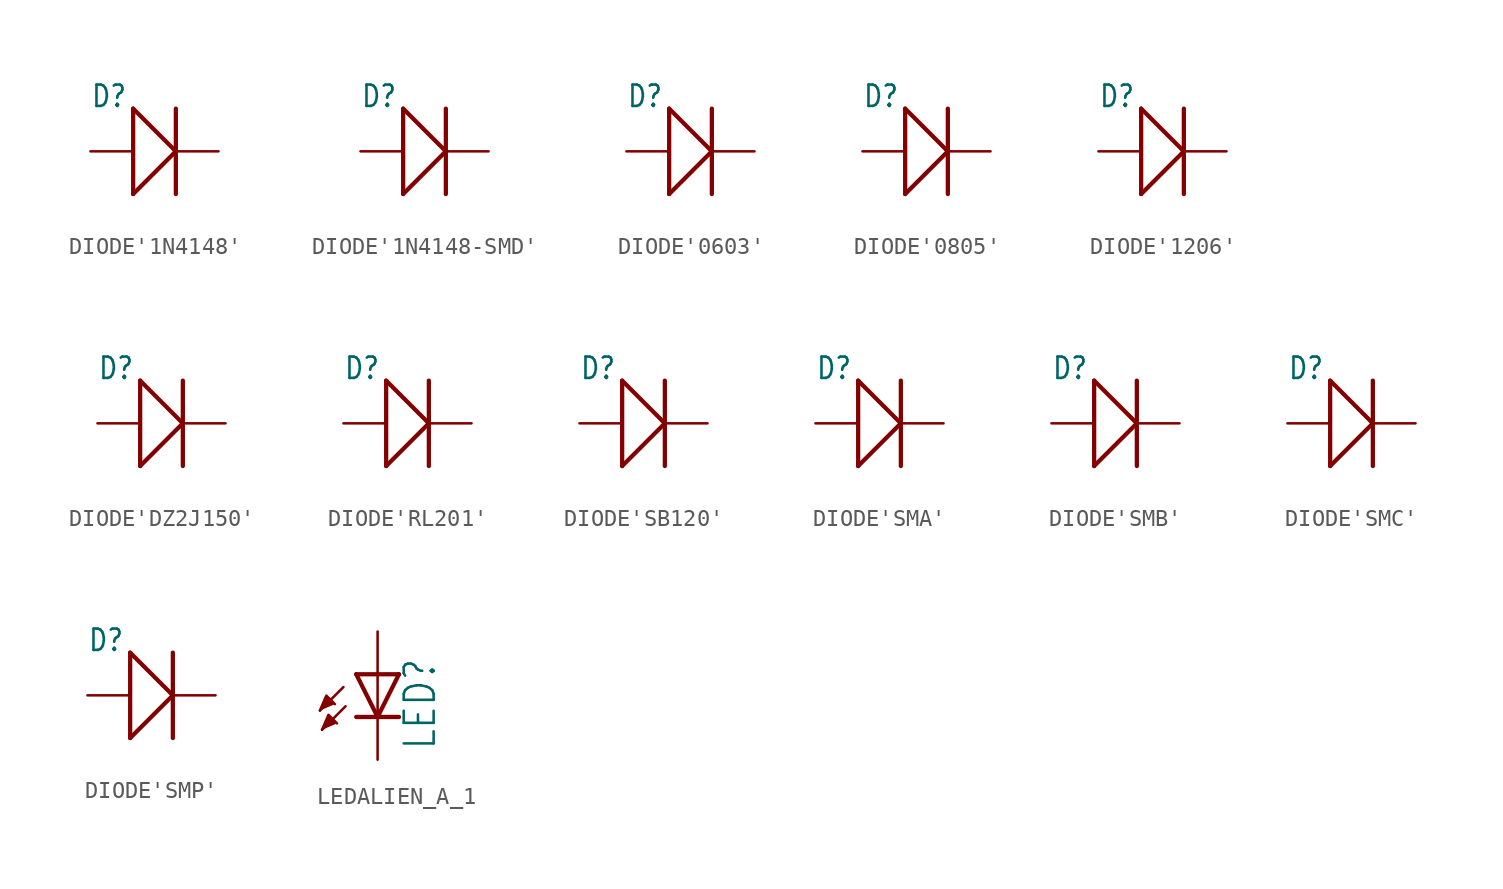
<source format=kicad_sym>
(kicad_symbol_lib
  (version 20231120)
  (generator "kicad_symbol_editor")
  (generator_version "8.0")
  (symbol "DIODE'1N4148'"
    (property "Reference" "D"
      (at -3.81 2.54 0)
      (effects (font (size 1.27 1.079)) (justify left bottom)))
    (property "Value" ""
      (at -3.81 -3.81 0)
      (effects (font (size 1.27 1.079)) (justify left bottom)))
    (property "ki_locked" ""
      (at 0 0 0)
      (effects (font (size 1.27 1.27))))
    (symbol "DIODE'1N4148'_1_0"
      (polyline (pts (xy -1.27 -2.54) (xy -1.27 2.54)) (stroke (width 0.254) (type solid)) (fill (type none)))
      (polyline (pts (xy -1.27 -2.54) (xy 1.27 0)) (stroke (width 0.254) (type solid)) (fill (type none)))
      (polyline (pts (xy -1.27 2.54) (xy 1.27 0)) (stroke (width 0.254) (type solid)) (fill (type none)))
      (polyline (pts (xy 1.27 2.54) (xy 1.27 -2.54)) (stroke (width 0.254) (type solid)) (fill (type none)))
      (pin passive line (at -3.81 0 0) (length 2.54) (name "+" (effects (font (size 0 0)))) (number "A" (effects (font (size 0 0)))))
      (pin passive line (at 3.81 0 180) (length 2.54) (name "-" (effects (font (size 0 0)))) (number "C" (effects (font (size 0 0)))))))
  (symbol "DIODE'1N4148-SMD'"
    (property "Reference" "D"
      (at -3.81 2.54 0)
      (effects (font (size 1.27 1.079)) (justify left bottom)))
    (property "Value" ""
      (at -3.81 -3.81 0)
      (effects (font (size 1.27 1.079)) (justify left bottom)))
    (property "ki_locked" ""
      (at 0 0 0)
      (effects (font (size 1.27 1.27))))
    (symbol "DIODE'1N4148-SMD'_1_0"
      (polyline (pts (xy -1.27 -2.54) (xy -1.27 2.54)) (stroke (width 0.254) (type solid)) (fill (type none)))
      (polyline (pts (xy -1.27 -2.54) (xy 1.27 0)) (stroke (width 0.254) (type solid)) (fill (type none)))
      (polyline (pts (xy -1.27 2.54) (xy 1.27 0)) (stroke (width 0.254) (type solid)) (fill (type none)))
      (polyline (pts (xy 1.27 2.54) (xy 1.27 -2.54)) (stroke (width 0.254) (type solid)) (fill (type none)))
      (pin passive line (at -3.81 0 0) (length 2.54) (name "+" (effects (font (size 0 0)))) (number "A" (effects (font (size 0 0)))))
      (pin passive line (at 3.81 0 180) (length 2.54) (name "-" (effects (font (size 0 0)))) (number "C" (effects (font (size 0 0)))))))
  (symbol "DIODE'0603'"
    (property "Reference" "D"
      (at -3.81 2.54 0)
      (effects (font (size 1.27 1.079)) (justify left bottom)))
    (property "Value" ""
      (at -3.81 -3.81 0)
      (effects (font (size 1.27 1.079)) (justify left bottom)))
    (property "ki_locked" ""
      (at 0 0 0)
      (effects (font (size 1.27 1.27))))
    (symbol "DIODE'0603'_1_0"
      (polyline (pts (xy -1.27 -2.54) (xy -1.27 2.54)) (stroke (width 0.254) (type solid)) (fill (type none)))
      (polyline (pts (xy -1.27 -2.54) (xy 1.27 0)) (stroke (width 0.254) (type solid)) (fill (type none)))
      (polyline (pts (xy -1.27 2.54) (xy 1.27 0)) (stroke (width 0.254) (type solid)) (fill (type none)))
      (polyline (pts (xy 1.27 2.54) (xy 1.27 -2.54)) (stroke (width 0.254) (type solid)) (fill (type none)))
      (pin passive line (at -3.81 0 0) (length 2.54) (name "+" (effects (font (size 0 0)))) (number "+" (effects (font (size 0 0)))))
      (pin passive line (at 3.81 0 180) (length 2.54) (name "-" (effects (font (size 0 0)))) (number "-" (effects (font (size 0 0)))))))
  (symbol "DIODE'0805'"
    (property "Reference" "D"
      (at -3.81 2.54 0)
      (effects (font (size 1.27 1.079)) (justify left bottom)))
    (property "Value" ""
      (at -3.81 -3.81 0)
      (effects (font (size 1.27 1.079)) (justify left bottom)))
    (property "ki_locked" ""
      (at 0 0 0)
      (effects (font (size 1.27 1.27))))
    (symbol "DIODE'0805'_1_0"
      (polyline (pts (xy -1.27 -2.54) (xy -1.27 2.54)) (stroke (width 0.254) (type solid)) (fill (type none)))
      (polyline (pts (xy -1.27 -2.54) (xy 1.27 0)) (stroke (width 0.254) (type solid)) (fill (type none)))
      (polyline (pts (xy -1.27 2.54) (xy 1.27 0)) (stroke (width 0.254) (type solid)) (fill (type none)))
      (polyline (pts (xy 1.27 2.54) (xy 1.27 -2.54)) (stroke (width 0.254) (type solid)) (fill (type none)))
      (pin passive line (at -3.81 0 0) (length 2.54) (name "+" (effects (font (size 0 0)))) (number "+" (effects (font (size 0 0)))))
      (pin passive line (at 3.81 0 180) (length 2.54) (name "-" (effects (font (size 0 0)))) (number "-" (effects (font (size 0 0)))))))
  (symbol "DIODE'1206'"
    (property "Reference" "D"
      (at -3.81 2.54 0)
      (effects (font (size 1.27 1.079)) (justify left bottom)))
    (property "Value" ""
      (at -3.81 -3.81 0)
      (effects (font (size 1.27 1.079)) (justify left bottom)))
    (property "ki_locked" ""
      (at 0 0 0)
      (effects (font (size 1.27 1.27))))
    (symbol "DIODE'1206'_1_0"
      (polyline (pts (xy -1.27 -2.54) (xy -1.27 2.54)) (stroke (width 0.254) (type solid)) (fill (type none)))
      (polyline (pts (xy -1.27 -2.54) (xy 1.27 0)) (stroke (width 0.254) (type solid)) (fill (type none)))
      (polyline (pts (xy -1.27 2.54) (xy 1.27 0)) (stroke (width 0.254) (type solid)) (fill (type none)))
      (polyline (pts (xy 1.27 2.54) (xy 1.27 -2.54)) (stroke (width 0.254) (type solid)) (fill (type none)))
      (pin passive line (at -3.81 0 0) (length 2.54) (name "+" (effects (font (size 0 0)))) (number "+" (effects (font (size 0 0)))))
      (pin passive line (at 3.81 0 180) (length 2.54) (name "-" (effects (font (size 0 0)))) (number "-" (effects (font (size 0 0)))))))
  (symbol "DIODE'DZ2J150'"
    (property "Reference" "D"
      (at -3.81 2.54 0)
      (effects (font (size 1.27 1.079)) (justify left bottom)))
    (property "Value" ""
      (at -3.81 -3.81 0)
      (effects (font (size 1.27 1.079)) (justify left bottom)))
    (property "ki_locked" ""
      (at 0 0 0)
      (effects (font (size 1.27 1.27))))
    (symbol "DIODE'DZ2J150'_1_0"
      (polyline (pts (xy -1.27 -2.54) (xy -1.27 2.54)) (stroke (width 0.254) (type solid)) (fill (type none)))
      (polyline (pts (xy -1.27 -2.54) (xy 1.27 0)) (stroke (width 0.254) (type solid)) (fill (type none)))
      (polyline (pts (xy -1.27 2.54) (xy 1.27 0)) (stroke (width 0.254) (type solid)) (fill (type none)))
      (polyline (pts (xy 1.27 2.54) (xy 1.27 -2.54)) (stroke (width 0.254) (type solid)) (fill (type none)))
      (pin passive line (at -3.81 0 0) (length 2.54) (name "+" (effects (font (size 0 0)))) (number "+" (effects (font (size 0 0)))))
      (pin passive line (at 3.81 0 180) (length 2.54) (name "-" (effects (font (size 0 0)))) (number "-" (effects (font (size 0 0)))))))
  (symbol "DIODE'RL201'"
    (property "Reference" "D"
      (at -3.81 2.54 0)
      (effects (font (size 1.27 1.079)) (justify left bottom)))
    (property "Value" ""
      (at -3.81 -3.81 0)
      (effects (font (size 1.27 1.079)) (justify left bottom)))
    (property "ki_locked" ""
      (at 0 0 0)
      (effects (font (size 1.27 1.27))))
    (symbol "DIODE'RL201'_1_0"
      (polyline (pts (xy -1.27 -2.54) (xy -1.27 2.54)) (stroke (width 0.254) (type solid)) (fill (type none)))
      (polyline (pts (xy -1.27 -2.54) (xy 1.27 0)) (stroke (width 0.254) (type solid)) (fill (type none)))
      (polyline (pts (xy -1.27 2.54) (xy 1.27 0)) (stroke (width 0.254) (type solid)) (fill (type none)))
      (polyline (pts (xy 1.27 2.54) (xy 1.27 -2.54)) (stroke (width 0.254) (type solid)) (fill (type none)))
      (pin passive line (at -3.81 0 0) (length 2.54) (name "+" (effects (font (size 0 0)))) (number "+" (effects (font (size 0 0)))))
      (pin passive line (at 3.81 0 180) (length 2.54) (name "-" (effects (font (size 0 0)))) (number "-" (effects (font (size 0 0)))))))
  (symbol "DIODE'SB120'"
    (property "Reference" "D"
      (at -3.81 2.54 0)
      (effects (font (size 1.27 1.079)) (justify left bottom)))
    (property "Value" ""
      (at -3.81 -3.81 0)
      (effects (font (size 1.27 1.079)) (justify left bottom)))
    (property "ki_locked" ""
      (at 0 0 0)
      (effects (font (size 1.27 1.27))))
    (symbol "DIODE'SB120'_1_0"
      (polyline (pts (xy -1.27 -2.54) (xy -1.27 2.54)) (stroke (width 0.254) (type solid)) (fill (type none)))
      (polyline (pts (xy -1.27 -2.54) (xy 1.27 0)) (stroke (width 0.254) (type solid)) (fill (type none)))
      (polyline (pts (xy -1.27 2.54) (xy 1.27 0)) (stroke (width 0.254) (type solid)) (fill (type none)))
      (polyline (pts (xy 1.27 2.54) (xy 1.27 -2.54)) (stroke (width 0.254) (type solid)) (fill (type none)))
      (pin passive line (at -3.81 0 0) (length 2.54) (name "+" (effects (font (size 0 0)))) (number "1" (effects (font (size 0 0)))))
      (pin passive line (at 3.81 0 180) (length 2.54) (name "-" (effects (font (size 0 0)))) (number "2" (effects (font (size 0 0)))))))
  (symbol "DIODE'SMA'"
    (property "Reference" "D"
      (at -3.81 2.54 0)
      (effects (font (size 1.27 1.079)) (justify left bottom)))
    (property "Value" ""
      (at -3.81 -3.81 0)
      (effects (font (size 1.27 1.079)) (justify left bottom)))
    (property "ki_locked" ""
      (at 0 0 0)
      (effects (font (size 1.27 1.27))))
    (symbol "DIODE'SMA'_1_0"
      (polyline (pts (xy -1.27 -2.54) (xy -1.27 2.54)) (stroke (width 0.254) (type solid)) (fill (type none)))
      (polyline (pts (xy -1.27 -2.54) (xy 1.27 0)) (stroke (width 0.254) (type solid)) (fill (type none)))
      (polyline (pts (xy -1.27 2.54) (xy 1.27 0)) (stroke (width 0.254) (type solid)) (fill (type none)))
      (polyline (pts (xy 1.27 2.54) (xy 1.27 -2.54)) (stroke (width 0.254) (type solid)) (fill (type none)))
      (pin passive line (at -3.81 0 0) (length 2.54) (name "+" (effects (font (size 0 0)))) (number "1" (effects (font (size 0 0)))))
      (pin passive line (at 3.81 0 180) (length 2.54) (name "-" (effects (font (size 0 0)))) (number "2" (effects (font (size 0 0)))))))
  (symbol "DIODE'SMB'"
    (property "Reference" "D"
      (at -3.81 2.54 0)
      (effects (font (size 1.27 1.079)) (justify left bottom)))
    (property "Value" ""
      (at -3.81 -3.81 0)
      (effects (font (size 1.27 1.079)) (justify left bottom)))
    (property "ki_locked" ""
      (at 0 0 0)
      (effects (font (size 1.27 1.27))))
    (symbol "DIODE'SMB'_1_0"
      (polyline (pts (xy -1.27 -2.54) (xy -1.27 2.54)) (stroke (width 0.254) (type solid)) (fill (type none)))
      (polyline (pts (xy -1.27 -2.54) (xy 1.27 0)) (stroke (width 0.254) (type solid)) (fill (type none)))
      (polyline (pts (xy -1.27 2.54) (xy 1.27 0)) (stroke (width 0.254) (type solid)) (fill (type none)))
      (polyline (pts (xy 1.27 2.54) (xy 1.27 -2.54)) (stroke (width 0.254) (type solid)) (fill (type none)))
      (pin passive line (at -3.81 0 0) (length 2.54) (name "+" (effects (font (size 0 0)))) (number "+" (effects (font (size 0 0)))))
      (pin passive line (at 3.81 0 180) (length 2.54) (name "-" (effects (font (size 0 0)))) (number "-" (effects (font (size 0 0)))))))
  (symbol "DIODE'SMC'"
    (property "Reference" "D"
      (at -3.81 2.54 0)
      (effects (font (size 1.27 1.079)) (justify left bottom)))
    (property "Value" ""
      (at -3.81 -3.81 0)
      (effects (font (size 1.27 1.079)) (justify left bottom)))
    (property "ki_locked" ""
      (at 0 0 0)
      (effects (font (size 1.27 1.27))))
    (symbol "DIODE'SMC'_1_0"
      (polyline (pts (xy -1.27 -2.54) (xy -1.27 2.54)) (stroke (width 0.254) (type solid)) (fill (type none)))
      (polyline (pts (xy -1.27 -2.54) (xy 1.27 0)) (stroke (width 0.254) (type solid)) (fill (type none)))
      (polyline (pts (xy -1.27 2.54) (xy 1.27 0)) (stroke (width 0.254) (type solid)) (fill (type none)))
      (polyline (pts (xy 1.27 2.54) (xy 1.27 -2.54)) (stroke (width 0.254) (type solid)) (fill (type none)))
      (pin passive line (at -3.81 0 0) (length 2.54) (name "+" (effects (font (size 0 0)))) (number "1" (effects (font (size 0 0)))))
      (pin passive line (at 3.81 0 180) (length 2.54) (name "-" (effects (font (size 0 0)))) (number "2" (effects (font (size 0 0)))))))
  (symbol "DIODE'SMP'"
    (property "Reference" "D"
      (at -3.81 2.54 0)
      (effects (font (size 1.27 1.079)) (justify left bottom)))
    (property "Value" ""
      (at -3.81 -3.81 0)
      (effects (font (size 1.27 1.079)) (justify left bottom)))
    (property "ki_locked" ""
      (at 0 0 0)
      (effects (font (size 1.27 1.27))))
    (symbol "DIODE'SMP'_1_0"
      (polyline (pts (xy -1.27 -2.54) (xy -1.27 2.54)) (stroke (width 0.254) (type solid)) (fill (type none)))
      (polyline (pts (xy -1.27 -2.54) (xy 1.27 0)) (stroke (width 0.254) (type solid)) (fill (type none)))
      (polyline (pts (xy -1.27 2.54) (xy 1.27 0)) (stroke (width 0.254) (type solid)) (fill (type none)))
      (polyline (pts (xy 1.27 2.54) (xy 1.27 -2.54)) (stroke (width 0.254) (type solid)) (fill (type none)))
      (pin passive line (at -3.81 0 0) (length 2.54) (name "+" (effects (font (size 0 0)))) (number "+" (effects (font (size 0 0)))))
      (pin passive line (at 3.81 0 180) (length 2.54) (name "-" (effects (font (size 0 0)))) (number "-" (effects (font (size 0 0)))))))
  (symbol "LEDALIEN_A_1"
    (property "Reference" "LED"
      (at 3.556 -4.572 90)
      (effects (font (size 1.778 1.511)) (justify left bottom)))
    (property "Value" ""
      (at 5.715 -4.572 90)
      (effects (font (size 1.778 1.511)) (justify left bottom)))
    (property "ki_locked" ""
      (at 0 0 0)
      (effects (font (size 1.27 1.27))))
    (symbol "LEDALIEN_A_1_1_0"
      (polyline (pts (xy -2.032 -0.762) (xy -3.429 -2.159)) (stroke (width 0.152) (type solid)) (fill (type none)))
      (polyline (pts (xy -1.905 -1.905) (xy -3.302 -3.302)) (stroke (width 0.152) (type solid)) (fill (type none)))
      (polyline (pts (xy 0 -2.54) (xy -1.27 -2.54)) (stroke (width 0.254) (type solid)) (fill (type none)))
      (polyline (pts (xy 0 -2.54) (xy -1.27 0)) (stroke (width 0.254) (type solid)) (fill (type none)))
      (polyline (pts (xy 0 0) (xy -1.27 0)) (stroke (width 0.254) (type solid)) (fill (type none)))
      (polyline (pts (xy 0 0) (xy 0 -2.54)) (stroke (width 0.152) (type solid)) (fill (type none)))
      (polyline (pts (xy 1.27 -2.54) (xy 0 -2.54)) (stroke (width 0.254) (type solid)) (fill (type none)))
      (polyline (pts (xy 1.27 0) (xy 0 -2.54)) (stroke (width 0.254) (type solid)) (fill (type none)))
      (polyline (pts (xy 1.27 0) (xy 0 0)) (stroke (width 0.254) (type solid)) (fill (type none)))
      (polyline (pts (xy -3.429 -2.159) (xy -3.048 -1.27) (xy -2.54 -1.778)) (stroke (width 0.152) (type solid)) (fill (type outline)))
      (polyline (pts (xy -3.302 -3.302) (xy -2.921 -2.413) (xy -2.413 -2.921)) (stroke (width 0.152) (type solid)) (fill (type outline)))
      (pin passive line (at 0 2.54 270) (length 2.54) (name "A" (effects (font (size 0 0)))) (number "A" (effects (font (size 0 0)))))
      (pin passive line (at 0 -5.08 90) (length 2.54) (name "C" (effects (font (size 0 0)))) (number "C" (effects (font (size 0 0))))))))
</source>
